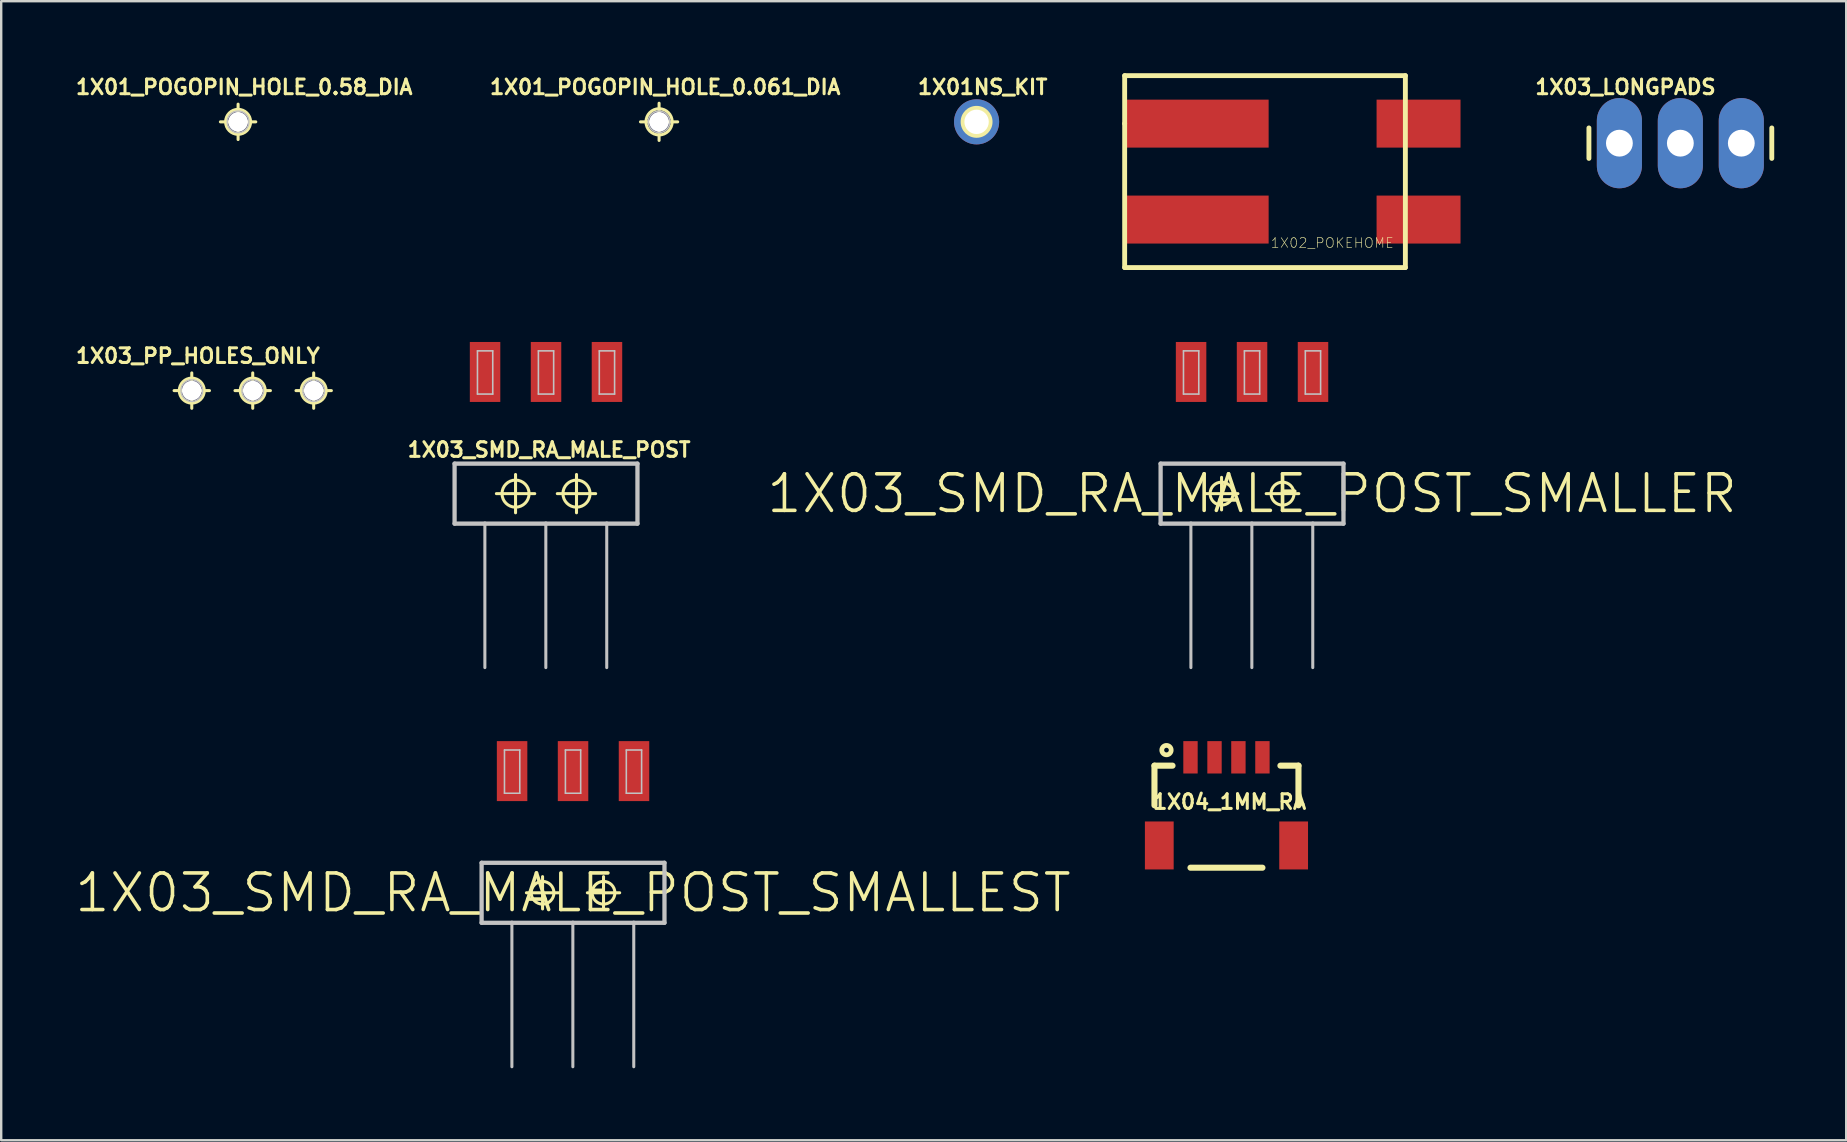
<source format=kicad_pcb>
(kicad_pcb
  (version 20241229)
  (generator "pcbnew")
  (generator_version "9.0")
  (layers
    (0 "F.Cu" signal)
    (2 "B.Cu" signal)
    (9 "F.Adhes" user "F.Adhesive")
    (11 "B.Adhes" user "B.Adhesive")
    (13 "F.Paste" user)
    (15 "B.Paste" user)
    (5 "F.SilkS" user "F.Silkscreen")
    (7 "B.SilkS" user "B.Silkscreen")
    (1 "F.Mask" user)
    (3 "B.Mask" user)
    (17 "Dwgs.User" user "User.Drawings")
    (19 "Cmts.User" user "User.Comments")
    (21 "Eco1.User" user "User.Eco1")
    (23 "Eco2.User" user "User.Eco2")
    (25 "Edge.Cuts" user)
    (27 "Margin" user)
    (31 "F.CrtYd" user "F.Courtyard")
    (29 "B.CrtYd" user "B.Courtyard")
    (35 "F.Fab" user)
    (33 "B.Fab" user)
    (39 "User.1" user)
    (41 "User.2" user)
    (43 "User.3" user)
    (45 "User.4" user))
  (footprint "1X03_LONGPADS"
    (layer "F.Cu")
    (at 64.428 2.916)
    (property "Reference" "1X03_LONGPADS" (at 0.254 -2.337 0) (layer "F.SilkS") (effects (font (size 0.61 0.61) (thickness 0.127))))
    (attr exclude_from_pos_files exclude_from_bom)
    (fp_line (start -1.27 -0.635) (end -1.27 0.635) (stroke (width 0.203) (type solid)) (layer "F.SilkS"))
    (fp_line (start 6.35 -0.635) (end 6.35 0.635) (stroke (width 0.203) (type solid)) (layer "F.SilkS"))
    (fp_line (start -0.254 -0.254) (end 0.254 -0.254) (stroke (width 0.066) (type solid)) (layer "Dwgs.User"))
    (fp_line (start -0.254 0.254) (end -0.254 -0.254) (stroke (width 0.066) (type solid)) (layer "Dwgs.User"))
    (fp_line (start -0.254 0.254) (end 0.254 0.254) (stroke (width 0.066) (type solid)) (layer "Dwgs.User"))
    (fp_line (start 0.254 0.254) (end 0.254 -0.254) (stroke (width 0.066) (type solid)) (layer "Dwgs.User"))
    (fp_line (start 2.286 -0.254) (end 2.794 -0.254) (stroke (width 0.066) (type solid)) (layer "Dwgs.User"))
    (fp_line (start 2.286 0.254) (end 2.286 -0.254) (stroke (width 0.066) (type solid)) (layer "Dwgs.User"))
    (fp_line (start 2.286 0.254) (end 2.794 0.254) (stroke (width 0.066) (type solid)) (layer "Dwgs.User"))
    (fp_line (start 2.794 0.254) (end 2.794 -0.254) (stroke (width 0.066) (type solid)) (layer "Dwgs.User"))
    (fp_line (start 4.826 -0.254) (end 5.334 -0.254) (stroke (width 0.066) (type solid)) (layer "Dwgs.User"))
    (fp_line (start 4.826 0.254) (end 4.826 -0.254) (stroke (width 0.066) (type solid)) (layer "Dwgs.User"))
    (fp_line (start 4.826 0.254) (end 5.334 0.254) (stroke (width 0.066) (type solid)) (layer "Dwgs.User"))
    (fp_line (start 5.334 0.254) (end 5.334 -0.254) (stroke (width 0.066) (type solid)) (layer "Dwgs.User"))
    (pad "1" thru_hole oval (at 0 0 180) (size 1.88 3.759) (drill 1.118) (layers "*.Cu" "*.Paste" "*.Mask"))
    (pad "2" thru_hole oval (at 2.54 0 180) (size 1.88 3.759) (drill 1.118) (layers "*.Cu" "*.Paste" "*.Mask"))
    (pad "3" thru_hole oval (at 5.08 0 180) (size 1.88 3.759) (drill 1.118) (layers "*.Cu" "*.Paste" "*.Mask")))
  (footprint "1X03_SMD_RA_MALE_POST"
    (layer "F.Cu")
    (at 19.702 17.519)
    (property "Reference" "1X03_SMD_RA_MALE_POST" (at 0.127 -1.829 0) (layer "F.SilkS") (effects (font (size 0.61 0.61) (thickness 0.127))))
    (attr smd)
    (fp_line (start -2.068 0) (end -0.47 0) (stroke (width 0.127) (type solid)) (layer "F.SilkS"))
    (fp_line (start -1.27 0.798) (end -1.27 -0.798) (stroke (width 0.127) (type solid)) (layer "F.SilkS"))
    (fp_line (start 0.47 0) (end 2.068 0) (stroke (width 0.127) (type solid)) (layer "F.SilkS"))
    (fp_line (start 1.27 0.798) (end 1.27 -0.798) (stroke (width 0.127) (type solid)) (layer "F.SilkS"))
    (fp_circle (center -1.27 0) (end -1.669 0.399) (stroke (width 0.127) (type solid)) (fill no) (layer "F.SilkS"))
    (fp_circle (center 1.27 0) (end 1.669 0.399) (stroke (width 0.127) (type solid)) (fill no) (layer "F.SilkS"))
    (fp_line (start -3.81 -1.25) (end -3.81 1.25) (stroke (width 0.178) (type solid)) (layer "Dwgs.User"))
    (fp_line (start -2.857 -5.949) (end -2.22 -5.949) (stroke (width 0.066) (type solid)) (layer "Dwgs.User"))
    (fp_line (start -2.857 -4.148) (end -2.857 -5.949) (stroke (width 0.066) (type solid)) (layer "Dwgs.User"))
    (fp_line (start -2.857 -4.148) (end -2.22 -4.148) (stroke (width 0.066) (type solid)) (layer "Dwgs.User"))
    (fp_line (start -2.548 1.25) (end -3.81 1.25) (stroke (width 0.178) (type solid)) (layer "Dwgs.User"))
    (fp_line (start -2.548 1.25) (end -2.548 7.249) (stroke (width 0.127) (type solid)) (layer "Dwgs.User"))
    (fp_line (start -2.22 -4.148) (end -2.22 -5.949) (stroke (width 0.066) (type solid)) (layer "Dwgs.User"))
    (fp_line (start -0.318 -5.949) (end 0.318 -5.949) (stroke (width 0.066) (type solid)) (layer "Dwgs.User"))
    (fp_line (start -0.318 -4.148) (end -0.318 -5.949) (stroke (width 0.066) (type solid)) (layer "Dwgs.User"))
    (fp_line (start -0.318 -4.148) (end 0.318 -4.148) (stroke (width 0.066) (type solid)) (layer "Dwgs.User"))
    (fp_line (start -0.008 1.25) (end -2.548 1.25) (stroke (width 0.178) (type solid)) (layer "Dwgs.User"))
    (fp_line (start -0.008 1.25) (end -0.008 7.249) (stroke (width 0.127) (type solid)) (layer "Dwgs.User"))
    (fp_line (start 0.318 -4.148) (end 0.318 -5.949) (stroke (width 0.066) (type solid)) (layer "Dwgs.User"))
    (fp_line (start 2.22 -5.949) (end 2.857 -5.949) (stroke (width 0.066) (type solid)) (layer "Dwgs.User"))
    (fp_line (start 2.22 -4.148) (end 2.22 -5.949) (stroke (width 0.066) (type solid)) (layer "Dwgs.User"))
    (fp_line (start 2.22 -4.148) (end 2.857 -4.148) (stroke (width 0.066) (type solid)) (layer "Dwgs.User"))
    (fp_line (start 2.53 1.25) (end -0.008 1.25) (stroke (width 0.178) (type solid)) (layer "Dwgs.User"))
    (fp_line (start 2.53 1.25) (end 2.53 7.249) (stroke (width 0.127) (type solid)) (layer "Dwgs.User"))
    (fp_line (start 2.857 -4.148) (end 2.857 -5.949) (stroke (width 0.066) (type solid)) (layer "Dwgs.User"))
    (fp_line (start 3.81 -1.25) (end -3.81 -1.25) (stroke (width 0.178) (type solid)) (layer "Dwgs.User"))
    (fp_line (start 3.81 1.25) (end 2.53 1.25) (stroke (width 0.178) (type solid)) (layer "Dwgs.User"))
    (fp_line (start 3.81 1.25) (end 3.81 -1.25) (stroke (width 0.178) (type solid)) (layer "Dwgs.User"))
    (pad "1" smd rect (at -2.54 -5.07 90) (size 2.499 1.27) (layers "F.Cu" "F.Mask" "F.Paste"))
    (pad "2" smd rect (at 0 -5.07 90) (size 2.499 1.27) (layers "F.Cu" "F.Mask" "F.Paste"))
    (pad "3" smd rect (at 2.54 -5.07 90) (size 2.499 1.27) (layers "F.Cu" "F.Mask" "F.Paste")))
  (footprint "1X01_POGOPIN_HOLE_0.58_DIA"
    (layer "F.Cu")
    (at 6.871 2.027)
    (property "Reference" "1X01_POGOPIN_HOLE_0.58_DIA" (at 0.254 -1.448 0) (layer "F.SilkS") (effects (font (size 0.61 0.61) (thickness 0.127))))
    (attr exclude_from_pos_files exclude_from_bom)
    (fp_line (start -0.737 0) (end 0.737 0) (stroke (width 0.127) (type solid)) (layer "F.SilkS"))
    (fp_line (start 0 0.737) (end 0 -0.737) (stroke (width 0.127) (type solid)) (layer "F.SilkS"))
    (fp_circle (center 0 0) (end -0.368 0.368) (stroke (width 0.127) (type solid)) (fill no) (layer "F.SilkS"))
    (fp_circle (center 0 0) (end -0.318 0.318) (stroke (width 0.064) (type solid)) (fill no) (layer "Dwgs.User"))
    (pad "1" thru_hole circle (at 0 0) (size 0.813 0.813) (drill 0.899) (layers "*.Cu" "*.Paste" "*.Mask")))
  (footprint "1X03_SMD_RA_MALE_POST_SMALLER"
    (layer "F.Cu")
    (at 49.121 17.519)
    (property "Reference" "1X03_SMD_RA_MALE_POST_SMALLER" (at 0 0 0) (layer "F.SilkS") (effects (font (size 1.524 1.524) (thickness 0.15))))
    (attr smd)
    (fp_line (start -1.948 0) (end -0.589 0) (stroke (width 0.127) (type solid)) (layer "F.SilkS"))
    (fp_line (start -1.27 0.678) (end -1.27 -0.678) (stroke (width 0.127) (type solid)) (layer "F.SilkS"))
    (fp_line (start 0.589 0) (end 1.948 0) (stroke (width 0.127) (type solid)) (layer "F.SilkS"))
    (fp_line (start 1.27 0.678) (end 1.27 -0.678) (stroke (width 0.127) (type solid)) (layer "F.SilkS"))
    (fp_circle (center -1.27 0) (end -1.608 0.338) (stroke (width 0.127) (type solid)) (fill no) (layer "F.SilkS"))
    (fp_circle (center 1.27 0) (end 1.608 0.338) (stroke (width 0.127) (type solid)) (fill no) (layer "F.SilkS"))
    (fp_line (start -3.81 -1.25) (end -3.81 1.25) (stroke (width 0.178) (type solid)) (layer "Dwgs.User"))
    (fp_line (start -2.857 -5.949) (end -2.22 -5.949) (stroke (width 0.066) (type solid)) (layer "Dwgs.User"))
    (fp_line (start -2.857 -4.148) (end -2.857 -5.949) (stroke (width 0.066) (type solid)) (layer "Dwgs.User"))
    (fp_line (start -2.857 -4.148) (end -2.22 -4.148) (stroke (width 0.066) (type solid)) (layer "Dwgs.User"))
    (fp_line (start -2.548 1.25) (end -3.81 1.25) (stroke (width 0.178) (type solid)) (layer "Dwgs.User"))
    (fp_line (start -2.548 1.25) (end -2.548 7.249) (stroke (width 0.127) (type solid)) (layer "Dwgs.User"))
    (fp_line (start -2.22 -4.148) (end -2.22 -5.949) (stroke (width 0.066) (type solid)) (layer "Dwgs.User"))
    (fp_line (start -0.318 -5.949) (end 0.318 -5.949) (stroke (width 0.066) (type solid)) (layer "Dwgs.User"))
    (fp_line (start -0.318 -4.148) (end -0.318 -5.949) (stroke (width 0.066) (type solid)) (layer "Dwgs.User"))
    (fp_line (start -0.318 -4.148) (end 0.318 -4.148) (stroke (width 0.066) (type solid)) (layer "Dwgs.User"))
    (fp_line (start -0.008 1.25) (end -2.548 1.25) (stroke (width 0.178) (type solid)) (layer "Dwgs.User"))
    (fp_line (start -0.008 1.25) (end -0.008 7.249) (stroke (width 0.127) (type solid)) (layer "Dwgs.User"))
    (fp_line (start 0.318 -4.148) (end 0.318 -5.949) (stroke (width 0.066) (type solid)) (layer "Dwgs.User"))
    (fp_line (start 2.22 -5.949) (end 2.857 -5.949) (stroke (width 0.066) (type solid)) (layer "Dwgs.User"))
    (fp_line (start 2.22 -4.148) (end 2.22 -5.949) (stroke (width 0.066) (type solid)) (layer "Dwgs.User"))
    (fp_line (start 2.22 -4.148) (end 2.857 -4.148) (stroke (width 0.066) (type solid)) (layer "Dwgs.User"))
    (fp_line (start 2.53 1.25) (end -0.008 1.25) (stroke (width 0.178) (type solid)) (layer "Dwgs.User"))
    (fp_line (start 2.53 1.25) (end 2.53 7.249) (stroke (width 0.127) (type solid)) (layer "Dwgs.User"))
    (fp_line (start 2.857 -4.148) (end 2.857 -5.949) (stroke (width 0.066) (type solid)) (layer "Dwgs.User"))
    (fp_line (start 3.81 -1.25) (end -3.81 -1.25) (stroke (width 0.178) (type solid)) (layer "Dwgs.User"))
    (fp_line (start 3.81 1.25) (end 2.53 1.25) (stroke (width 0.178) (type solid)) (layer "Dwgs.User"))
    (fp_line (start 3.81 1.25) (end 3.81 -1.25) (stroke (width 0.178) (type solid)) (layer "Dwgs.User"))
    (pad "1" smd rect (at -2.54 -5.07 90) (size 2.499 1.27) (layers "F.Cu" "F.Mask" "F.Paste"))
    (pad "2" smd rect (at 0 -5.07 90) (size 2.499 1.27) (layers "F.Cu" "F.Mask" "F.Paste"))
    (pad "3" smd rect (at 2.54 -5.07 90) (size 2.499 1.27) (layers "F.Cu" "F.Mask" "F.Paste")))
  (footprint "1X04_1MM_RA"
    (layer "F.Cu")
    (at 48.055 28.506)
    (property "Reference" "1X04_1MM_RA" (at 0.127 1.854 0) (layer "F.SilkS") (effects (font (size 0.61 0.61) (thickness 0.127))))
    (attr smd)
    (fp_line (start -3 0.348) (end -2.248 0.348) (stroke (width 0.254) (type solid)) (layer "F.SilkS"))
    (fp_line (start -3 1.999) (end -3 0.348) (stroke (width 0.254) (type solid)) (layer "F.SilkS"))
    (fp_line (start -1.499 4.6) (end 1.499 4.6) (stroke (width 0.254) (type solid)) (layer "F.SilkS"))
    (fp_line (start 2.248 0.348) (end 3 0.348) (stroke (width 0.254) (type solid)) (layer "F.SilkS"))
    (fp_line (start 3 0.348) (end 3 1.999) (stroke (width 0.254) (type solid)) (layer "F.SilkS"))
    (fp_circle (center -2.499 -0.3) (end -2.568 -0.368) (stroke (width 0.198) (type solid)) (fill no) (layer "F.SilkS"))
    (pad "1" smd rect (at -1.499 0) (size 0.599 1.349) (layers "F.Cu" "F.Mask" "F.Paste"))
    (pad "2" smd rect (at -0.498 0) (size 0.599 1.349) (layers "F.Cu" "F.Mask" "F.Paste"))
    (pad "3" smd rect (at 0.498 0) (size 0.599 1.349) (layers "F.Cu" "F.Mask" "F.Paste"))
    (pad "4" smd rect (at 1.499 0) (size 0.599 1.349) (layers "F.Cu" "F.Mask" "F.Paste"))
    (pad "NC1" smd rect (at 2.799 3.673) (size 1.199 1.999) (layers "F.Cu" "F.Mask" "F.Paste"))
    (pad "NC2" smd rect (at -2.799 3.673) (size 1.199 1.999) (layers "F.Cu" "F.Mask" "F.Paste")))
  (footprint "1X01NS_KIT"
    (layer "F.Cu")
    (at 37.643 2.027)
    (property "Reference" "1X01NS_KIT" (at 0.254 -1.448 0) (layer "F.SilkS") (effects (font (size 0.61 0.61) (thickness 0.127))))
    (attr exclude_from_pos_files exclude_from_bom)
    (fp_circle (center 0 0) (end -0.47 0.47) (stroke (width 0) (type solid)) (fill yes) (layer "F.SilkS"))
    (fp_circle (center 0 0) (end -0.254 0.254) (stroke (width 0) (type solid)) (fill yes) (layer "F.SilkS"))
    (pad "1" thru_hole circle (at 0 0) (size 1.88 1.88) (drill 1.016) (layers "*.Cu" "*.Paste" "*.Mask")))
  (footprint "1X01_POGOPIN_HOLE_0.061_DIA"
    (layer "F.Cu")
    (at 24.413 2.027)
    (property "Reference" "1X01_POGOPIN_HOLE_0.061_DIA" (at 0.254 -1.448 0) (layer "F.SilkS") (effects (font (size 0.61 0.61) (thickness 0.127))))
    (attr exclude_from_pos_files exclude_from_bom)
    (fp_line (start -0.775 0) (end 0.775 0) (stroke (width 0.127) (type solid)) (layer "F.SilkS"))
    (fp_line (start 0 0.775) (end 0 -0.775) (stroke (width 0.127) (type solid)) (layer "F.SilkS"))
    (fp_circle (center 0 0) (end -0.386 0.386) (stroke (width 0.127) (type solid)) (fill no) (layer "F.SilkS"))
    (fp_circle (center 0 0) (end -0.318 0.318) (stroke (width 0.064) (type solid)) (fill no) (layer "Dwgs.User"))
    (pad "1" thru_hole circle (at 0 0) (size 0.813 0.813) (drill 0.899) (layers "*.Cu" "*.Paste" "*.Mask")))
  (footprint "1X03_SMD_RA_MALE_POST_SMALLEST"
    (layer "F.Cu")
    (at 20.828 34.151)
    (property "Reference" "1X03_SMD_RA_MALE_POST_SMALLEST" (at 0 0 0) (layer "F.SilkS") (effects (font (size 1.524 1.524) (thickness 0.15))))
    (attr smd)
    (fp_line (start -1.943 0) (end -0.597 0) (stroke (width 0.127) (type solid)) (layer "F.SilkS"))
    (fp_line (start -1.27 0.673) (end -1.27 -0.673) (stroke (width 0.127) (type solid)) (layer "F.SilkS"))
    (fp_line (start 0.597 0) (end 1.943 0) (stroke (width 0.127) (type solid)) (layer "F.SilkS"))
    (fp_line (start 1.27 0.673) (end 1.27 -0.673) (stroke (width 0.127) (type solid)) (layer "F.SilkS"))
    (fp_circle (center -1.27 0) (end -1.605 0.335) (stroke (width 0.127) (type solid)) (fill no) (layer "F.SilkS"))
    (fp_circle (center 1.27 0) (end 1.605 0.335) (stroke (width 0.127) (type solid)) (fill no) (layer "F.SilkS"))
    (fp_line (start -3.81 -1.25) (end -3.81 1.25) (stroke (width 0.178) (type solid)) (layer "Dwgs.User"))
    (fp_line (start -2.857 -5.949) (end -2.22 -5.949) (stroke (width 0.066) (type solid)) (layer "Dwgs.User"))
    (fp_line (start -2.857 -4.148) (end -2.857 -5.949) (stroke (width 0.066) (type solid)) (layer "Dwgs.User"))
    (fp_line (start -2.857 -4.148) (end -2.22 -4.148) (stroke (width 0.066) (type solid)) (layer "Dwgs.User"))
    (fp_line (start -2.548 1.25) (end -3.81 1.25) (stroke (width 0.178) (type solid)) (layer "Dwgs.User"))
    (fp_line (start -2.548 1.25) (end -2.548 7.249) (stroke (width 0.127) (type solid)) (layer "Dwgs.User"))
    (fp_line (start -2.22 -4.148) (end -2.22 -5.949) (stroke (width 0.066) (type solid)) (layer "Dwgs.User"))
    (fp_line (start -0.318 -5.949) (end 0.318 -5.949) (stroke (width 0.066) (type solid)) (layer "Dwgs.User"))
    (fp_line (start -0.318 -4.148) (end -0.318 -5.949) (stroke (width 0.066) (type solid)) (layer "Dwgs.User"))
    (fp_line (start -0.318 -4.148) (end 0.318 -4.148) (stroke (width 0.066) (type solid)) (layer "Dwgs.User"))
    (fp_line (start -0.008 1.25) (end -2.548 1.25) (stroke (width 0.178) (type solid)) (layer "Dwgs.User"))
    (fp_line (start -0.008 1.25) (end -0.008 7.249) (stroke (width 0.127) (type solid)) (layer "Dwgs.User"))
    (fp_line (start 0.318 -4.148) (end 0.318 -5.949) (stroke (width 0.066) (type solid)) (layer "Dwgs.User"))
    (fp_line (start 2.22 -5.949) (end 2.857 -5.949) (stroke (width 0.066) (type solid)) (layer "Dwgs.User"))
    (fp_line (start 2.22 -4.148) (end 2.22 -5.949) (stroke (width 0.066) (type solid)) (layer "Dwgs.User"))
    (fp_line (start 2.22 -4.148) (end 2.857 -4.148) (stroke (width 0.066) (type solid)) (layer "Dwgs.User"))
    (fp_line (start 2.53 1.25) (end -0.008 1.25) (stroke (width 0.178) (type solid)) (layer "Dwgs.User"))
    (fp_line (start 2.53 1.25) (end 2.53 7.249) (stroke (width 0.127) (type solid)) (layer "Dwgs.User"))
    (fp_line (start 2.857 -4.148) (end 2.857 -5.949) (stroke (width 0.066) (type solid)) (layer "Dwgs.User"))
    (fp_line (start 3.81 -1.25) (end -3.81 -1.25) (stroke (width 0.178) (type solid)) (layer "Dwgs.User"))
    (fp_line (start 3.81 1.25) (end 2.53 1.25) (stroke (width 0.178) (type solid)) (layer "Dwgs.User"))
    (fp_line (start 3.81 1.25) (end 3.81 -1.25) (stroke (width 0.178) (type solid)) (layer "Dwgs.User"))
    (pad "1" smd rect (at -2.54 -5.07 90) (size 2.499 1.27) (layers "F.Cu" "F.Mask" "F.Paste"))
    (pad "2" smd rect (at 0 -5.07 90) (size 2.499 1.27) (layers "F.Cu" "F.Mask" "F.Paste"))
    (pad "3" smd rect (at 2.54 -5.07 90) (size 2.499 1.27) (layers "F.Cu" "F.Mask" "F.Paste")))
  (footprint "1X03_PP_HOLES_ONLY"
    (layer "F.Cu")
    (at 4.941 13.226)
    (property "Reference" "1X03_PP_HOLES_ONLY" (at 0.254 -1.448 0) (layer "F.SilkS") (effects (font (size 0.61 0.61) (thickness 0.127))))
    (attr exclude_from_pos_files exclude_from_bom)
    (fp_line (start -0.737 0) (end 0.737 0) (stroke (width 0.127) (type solid)) (layer "F.SilkS"))
    (fp_line (start 0 0.737) (end 0 -0.737) (stroke (width 0.127) (type solid)) (layer "F.SilkS"))
    (fp_line (start 1.801 0) (end 3.277 0) (stroke (width 0.127) (type solid)) (layer "F.SilkS"))
    (fp_line (start 2.54 0.737) (end 2.54 -0.737) (stroke (width 0.127) (type solid)) (layer "F.SilkS"))
    (fp_line (start 4.343 0) (end 5.817 0) (stroke (width 0.127) (type solid)) (layer "F.SilkS"))
    (fp_line (start 5.08 0.737) (end 5.08 -0.737) (stroke (width 0.127) (type solid)) (layer "F.SilkS"))
    (fp_circle (center 0 0) (end -0.368 0.368) (stroke (width 0.127) (type solid)) (fill no) (layer "F.SilkS"))
    (fp_circle (center 2.54 0) (end 2.908 0.368) (stroke (width 0.127) (type solid)) (fill no) (layer "F.SilkS"))
    (fp_circle (center 5.08 0) (end 5.448 0.368) (stroke (width 0.127) (type solid)) (fill no) (layer "F.SilkS"))
    (fp_circle (center 0 0) (end -0.318 0.318) (stroke (width 0.064) (type solid)) (fill no) (layer "Dwgs.User"))
    (fp_circle (center 2.54 0) (end 2.857 0.318) (stroke (width 0.064) (type solid)) (fill no) (layer "Dwgs.User"))
    (fp_circle (center 5.08 0) (end 5.397 0.318) (stroke (width 0.064) (type solid)) (fill no) (layer "Dwgs.User"))
    (pad "1" thru_hole circle (at 0 0) (size 0.813 0.813) (drill 0.899) (layers "*.Cu" "*.Paste" "*.Mask"))
    (pad "2" thru_hole circle (at 2.54 0) (size 0.813 0.813) (drill 0.899) (layers "*.Cu" "*.Paste" "*.Mask"))
    (pad "3" thru_hole circle (at 5.08 0) (size 0.813 0.813) (drill 0.899) (layers "*.Cu" "*.Paste" "*.Mask")))
  (footprint "1X02_POKEHOME"
    (layer "F.Cu")
    (at 50.811 4.1)
    (property "Reference" "1X02_POKEHOME" (at 1.651 2.972 0) (layer "F.SilkS") (effects (font (size 0.406 0.406) (thickness 0.025))))
    (attr smd)
    (fp_line (start -6.998 -3.998) (end 4.699 -3.998) (stroke (width 0.203) (type solid)) (layer "F.SilkS"))
    (fp_line (start -6.998 -1.999) (end -6.998 -3.998) (stroke (width 0.203) (type solid)) (layer "F.SilkS"))
    (fp_line (start -6.998 3.998) (end -6.998 -1.999) (stroke (width 0.203) (type solid)) (layer "F.SilkS"))
    (fp_line (start 4.699 -3.998) (end 4.699 3.998) (stroke (width 0.203) (type solid)) (layer "F.SilkS"))
    (fp_line (start 4.699 3.998) (end -6.998 3.998) (stroke (width 0.203) (type solid)) (layer "F.SilkS"))
    (pad "P1" smd rect (at 5.248 -1.999) (size 3.498 1.999) (layers "F.Cu" "F.Mask" "F.Paste"))
    (pad "P2" smd rect (at 5.248 1.999) (size 3.498 1.999) (layers "F.Cu" "F.Mask" "F.Paste"))
    (pad "P3" smd rect (at -3.998 -1.999) (size 5.999 1.999) (layers "F.Cu" "F.Mask" "F.Paste"))
    (pad "P4" smd rect (at -3.998 1.999) (size 5.999 1.999) (layers "F.Cu" "F.Mask" "F.Paste")))
  (gr_rect
    (start -3 -3)
    (end 73.879 44.463)
    (stroke (width 0.1) (type default))
    (fill no)
    (layer "Edge.Cuts")))
</source>
